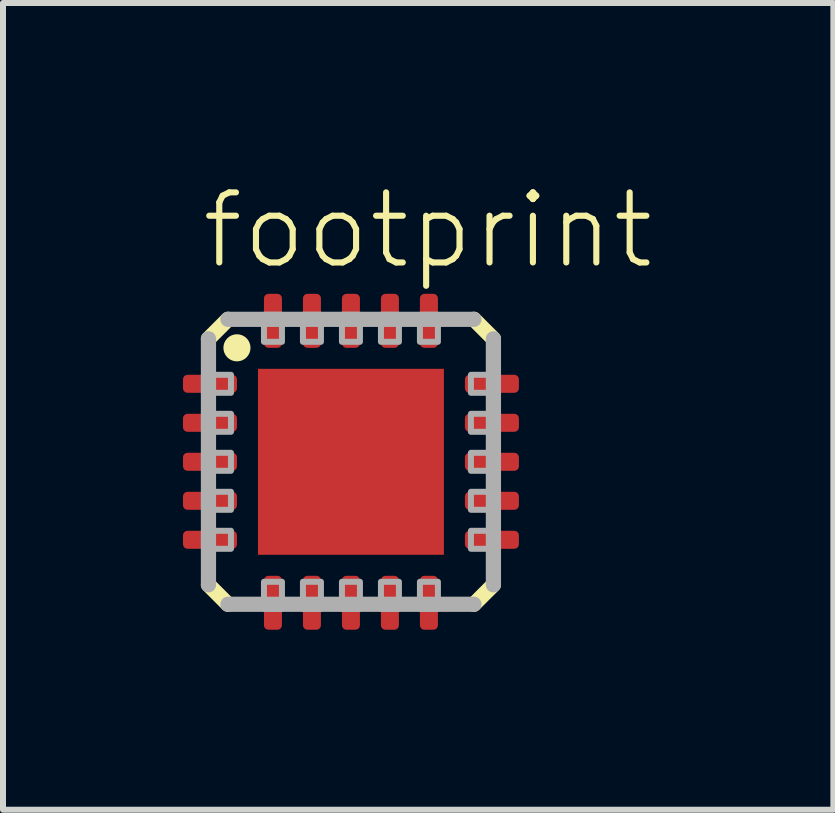
<source format=kicad_pcb>
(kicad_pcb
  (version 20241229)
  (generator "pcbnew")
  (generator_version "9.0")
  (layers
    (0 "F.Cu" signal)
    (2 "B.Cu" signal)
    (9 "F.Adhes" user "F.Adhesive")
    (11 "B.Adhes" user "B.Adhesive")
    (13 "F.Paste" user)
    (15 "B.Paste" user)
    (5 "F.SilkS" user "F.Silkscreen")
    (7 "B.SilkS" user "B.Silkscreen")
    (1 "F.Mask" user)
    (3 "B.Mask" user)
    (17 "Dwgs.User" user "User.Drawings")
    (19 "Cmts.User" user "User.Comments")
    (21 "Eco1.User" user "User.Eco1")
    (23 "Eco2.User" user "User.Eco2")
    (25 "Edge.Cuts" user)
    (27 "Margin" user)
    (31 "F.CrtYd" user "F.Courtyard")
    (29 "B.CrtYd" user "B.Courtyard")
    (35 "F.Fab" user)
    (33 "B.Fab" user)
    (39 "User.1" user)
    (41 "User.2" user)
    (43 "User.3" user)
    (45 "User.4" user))
  (footprint "footprint"
    (layer "F.Cu")
    (at 2.8 4.648)
    (property "Reference" "footprint" (at -2.54 -3.175 0) (layer "F.SilkS") (effects (font (size 1.168 1.168) (thickness 0.102)) (justify left bottom)))
    (fp_line (start -2.375 -2.05) (end -2.05 -2.375) (stroke (width 0.254) (type solid)) (layer "F.SilkS"))
    (fp_line (start -2.05 2.375) (end -2.375 2.05) (stroke (width 0.254) (type solid)) (layer "F.SilkS"))
    (fp_line (start 2.05 -2.375) (end 2.375 -2.05) (stroke (width 0.254) (type solid)) (layer "F.SilkS"))
    (fp_line (start 2.375 2.05) (end 2.05 2.375) (stroke (width 0.254) (type solid)) (layer "F.SilkS"))
    (fp_circle (center -1.9 -1.9) (end -1.787 -1.9) (stroke (width 0.226) (type solid)) (fill yes) (layer "F.SilkS"))
    (fp_line (start -2.375 2.05) (end -2.375 -2.05) (stroke (width 0.254) (type solid)) (layer "F.Fab"))
    (fp_line (start -2.05 -2.375) (end 2.05 -2.375) (stroke (width 0.254) (type solid)) (layer "F.Fab"))
    (fp_line (start 2.05 2.375) (end -2.05 2.375) (stroke (width 0.254) (type solid)) (layer "F.Fab"))
    (fp_line (start 2.375 -2.05) (end 2.375 2.05) (stroke (width 0.254) (type solid)) (layer "F.Fab"))
    (fp_poly (pts (xy -2.45 -1.15) (xy -2 -1.15) (xy -2 -1.45) (xy -2.45 -1.45)) (stroke (width 0.1) (type solid)) (fill no) (layer "F.Fab"))
    (fp_poly (pts (xy -2.45 -0.5) (xy -2 -0.5) (xy -2 -0.8) (xy -2.45 -0.8)) (stroke (width 0.1) (type solid)) (fill no) (layer "F.Fab"))
    (fp_poly (pts (xy -2.45 0.15) (xy -2 0.15) (xy -2 -0.15) (xy -2.45 -0.15)) (stroke (width 0.1) (type solid)) (fill no) (layer "F.Fab"))
    (fp_poly (pts (xy -2.45 0.8) (xy -2 0.8) (xy -2 0.5) (xy -2.45 0.5)) (stroke (width 0.1) (type solid)) (fill no) (layer "F.Fab"))
    (fp_poly (pts (xy -2.45 1.45) (xy -2 1.45) (xy -2 1.15) (xy -2.45 1.15)) (stroke (width 0.1) (type solid)) (fill no) (layer "F.Fab"))
    (fp_poly (pts (xy -1.45 -2) (xy -1.15 -2) (xy -1.15 -2.45) (xy -1.45 -2.45)) (stroke (width 0.1) (type solid)) (fill no) (layer "F.Fab"))
    (fp_poly (pts (xy -1.45 2.45) (xy -1.15 2.45) (xy -1.15 2) (xy -1.45 2)) (stroke (width 0.1) (type solid)) (fill no) (layer "F.Fab"))
    (fp_poly (pts (xy -0.8 -2) (xy -0.5 -2) (xy -0.5 -2.45) (xy -0.8 -2.45)) (stroke (width 0.1) (type solid)) (fill no) (layer "F.Fab"))
    (fp_poly (pts (xy -0.8 2.45) (xy -0.5 2.45) (xy -0.5 2) (xy -0.8 2)) (stroke (width 0.1) (type solid)) (fill no) (layer "F.Fab"))
    (fp_poly (pts (xy -0.15 -2) (xy 0.15 -2) (xy 0.15 -2.45) (xy -0.15 -2.45)) (stroke (width 0.1) (type solid)) (fill no) (layer "F.Fab"))
    (fp_poly (pts (xy -0.15 2.45) (xy 0.15 2.45) (xy 0.15 2) (xy -0.15 2)) (stroke (width 0.1) (type solid)) (fill no) (layer "F.Fab"))
    (fp_poly (pts (xy 0.5 -2) (xy 0.8 -2) (xy 0.8 -2.45) (xy 0.5 -2.45)) (stroke (width 0.1) (type solid)) (fill no) (layer "F.Fab"))
    (fp_poly (pts (xy 0.5 2.45) (xy 0.8 2.45) (xy 0.8 2) (xy 0.5 2)) (stroke (width 0.1) (type solid)) (fill no) (layer "F.Fab"))
    (fp_poly (pts (xy 1.15 -2) (xy 1.45 -2) (xy 1.45 -2.45) (xy 1.15 -2.45)) (stroke (width 0.1) (type solid)) (fill no) (layer "F.Fab"))
    (fp_poly (pts (xy 1.15 2.45) (xy 1.45 2.45) (xy 1.45 2) (xy 1.15 2)) (stroke (width 0.1) (type solid)) (fill no) (layer "F.Fab"))
    (fp_poly (pts (xy 2 -1.15) (xy 2.45 -1.15) (xy 2.45 -1.45) (xy 2 -1.45)) (stroke (width 0.1) (type solid)) (fill no) (layer "F.Fab"))
    (fp_poly (pts (xy 2 -0.5) (xy 2.45 -0.5) (xy 2.45 -0.8) (xy 2 -0.8)) (stroke (width 0.1) (type solid)) (fill no) (layer "F.Fab"))
    (fp_poly (pts (xy 2 0.15) (xy 2.45 0.15) (xy 2.45 -0.15) (xy 2 -0.15)) (stroke (width 0.1) (type solid)) (fill no) (layer "F.Fab"))
    (fp_poly (pts (xy 2 0.8) (xy 2.45 0.8) (xy 2.45 0.5) (xy 2 0.5)) (stroke (width 0.1) (type solid)) (fill no) (layer "F.Fab"))
    (fp_poly (pts (xy 2 1.45) (xy 2.45 1.45) (xy 2.45 1.15) (xy 2 1.15)) (stroke (width 0.1) (type solid)) (fill no) (layer "F.Fab"))
    (pad "1" smd roundrect (at -2.35 -1.3) (size 0.9 0.3) (layers "F.Cu" "F.Mask" "F.Paste") (roundrect_rratio 0.25))
    (pad "2" smd roundrect (at -2.35 -0.65) (size 0.9 0.3) (layers "F.Cu" "F.Mask" "F.Paste") (roundrect_rratio 0.25))
    (pad "3" smd roundrect (at -2.35 0) (size 0.9 0.3) (layers "F.Cu" "F.Mask" "F.Paste") (roundrect_rratio 0.25))
    (pad "4" smd roundrect (at -2.35 0.65) (size 0.9 0.3) (layers "F.Cu" "F.Mask" "F.Paste") (roundrect_rratio 0.25))
    (pad "5" smd roundrect (at -2.35 1.3) (size 0.9 0.3) (layers "F.Cu" "F.Mask" "F.Paste") (roundrect_rratio 0.25))
    (pad "6" smd roundrect (at -1.3 2.35) (size 0.3 0.9) (layers "F.Cu" "F.Mask" "F.Paste") (roundrect_rratio 0.25))
    (pad "7" smd roundrect (at -0.65 2.35) (size 0.3 0.9) (layers "F.Cu" "F.Mask" "F.Paste") (roundrect_rratio 0.25))
    (pad "8" smd roundrect (at 0 2.35) (size 0.3 0.9) (layers "F.Cu" "F.Mask" "F.Paste") (roundrect_rratio 0.25))
    (pad "9" smd roundrect (at 0.65 2.35) (size 0.3 0.9) (layers "F.Cu" "F.Mask" "F.Paste") (roundrect_rratio 0.25))
    (pad "10" smd roundrect (at 1.3 2.35) (size 0.3 0.9) (layers "F.Cu" "F.Mask" "F.Paste") (roundrect_rratio 0.25))
    (pad "11" smd roundrect (at 2.35 1.3) (size 0.9 0.3) (layers "F.Cu" "F.Mask" "F.Paste") (roundrect_rratio 0.25))
    (pad "12" smd roundrect (at 2.35 0.65) (size 0.9 0.3) (layers "F.Cu" "F.Mask" "F.Paste") (roundrect_rratio 0.25))
    (pad "13" smd roundrect (at 2.35 0) (size 0.9 0.3) (layers "F.Cu" "F.Mask" "F.Paste") (roundrect_rratio 0.25))
    (pad "14" smd roundrect (at 2.35 -0.65) (size 0.9 0.3) (layers "F.Cu" "F.Mask" "F.Paste") (roundrect_rratio 0.25))
    (pad "15" smd roundrect (at 2.35 -1.3) (size 0.9 0.3) (layers "F.Cu" "F.Mask" "F.Paste") (roundrect_rratio 0.25))
    (pad "16" smd roundrect (at 1.3 -2.35) (size 0.3 0.9) (layers "F.Cu" "F.Mask" "F.Paste") (roundrect_rratio 0.25))
    (pad "17" smd roundrect (at 0.65 -2.35) (size 0.3 0.9) (layers "F.Cu" "F.Mask" "F.Paste") (roundrect_rratio 0.25))
    (pad "18" smd roundrect (at 0 -2.35) (size 0.3 0.9) (layers "F.Cu" "F.Mask" "F.Paste") (roundrect_rratio 0.25))
    (pad "19" smd roundrect (at -0.65 -2.35) (size 0.3 0.9) (layers "F.Cu" "F.Mask" "F.Paste") (roundrect_rratio 0.25))
    (pad "20" smd roundrect (at -1.3 -2.35) (size 0.3 0.9) (layers "F.Cu" "F.Mask" "F.Paste") (roundrect_rratio 0.25))
    (pad "EXP" smd rect (at 0 0) (size 3.1 3.1) (layers "F.Cu" "F.Mask" "F.Paste")))
  (gr_rect
    (start -3 -3)
    (end 10.842 10.448)
    (stroke (width 0.1) (type default))
    (fill no)
    (layer "Edge.Cuts")))
</source>
